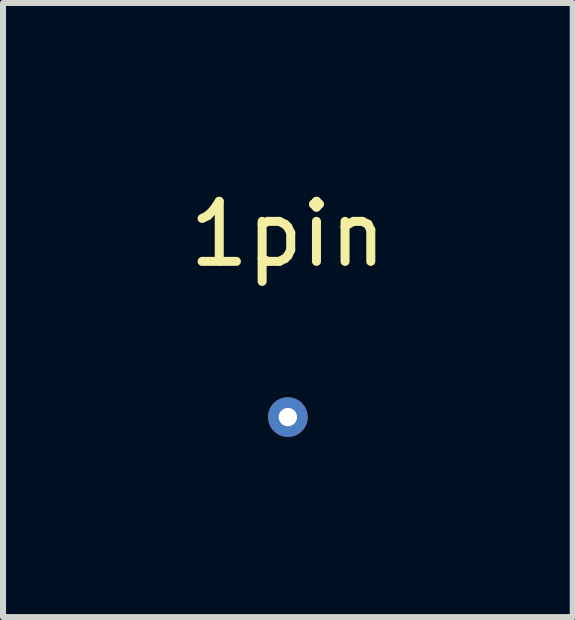
<source format=kicad_pcb>
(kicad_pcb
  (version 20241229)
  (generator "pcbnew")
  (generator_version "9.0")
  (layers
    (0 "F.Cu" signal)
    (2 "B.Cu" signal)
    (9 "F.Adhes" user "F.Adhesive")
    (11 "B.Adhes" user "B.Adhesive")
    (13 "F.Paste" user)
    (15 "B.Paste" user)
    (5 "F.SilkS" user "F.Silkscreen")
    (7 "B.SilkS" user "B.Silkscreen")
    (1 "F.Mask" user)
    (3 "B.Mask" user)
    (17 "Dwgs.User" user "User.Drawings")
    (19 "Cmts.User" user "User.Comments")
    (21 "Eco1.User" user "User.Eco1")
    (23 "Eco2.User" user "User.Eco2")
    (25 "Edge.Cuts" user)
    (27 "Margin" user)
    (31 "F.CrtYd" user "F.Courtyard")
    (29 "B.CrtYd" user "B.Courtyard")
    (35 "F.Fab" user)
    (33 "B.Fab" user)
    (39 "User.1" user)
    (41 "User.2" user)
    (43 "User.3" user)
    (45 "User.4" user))
  (footprint "1pin"
    (layer "F.Cu")
    (at 1.744 3.896)
    (property "Reference" "1pin" (at 0 -3.048 0) (layer "F.SilkS") (effects (font (size 1 1) (thickness 0.15))))
    (attr through_hole)
    (pad "1" thru_hole circle (at 0 0) (size 0.66 0.66) (drill 0.305) (layers "*.Cu")))
  (gr_rect
    (start -3 -3)
    (end 6.488 7.226)
    (stroke (width 0.1) (type default))
    (fill no)
    (layer "Edge.Cuts")))
</source>
